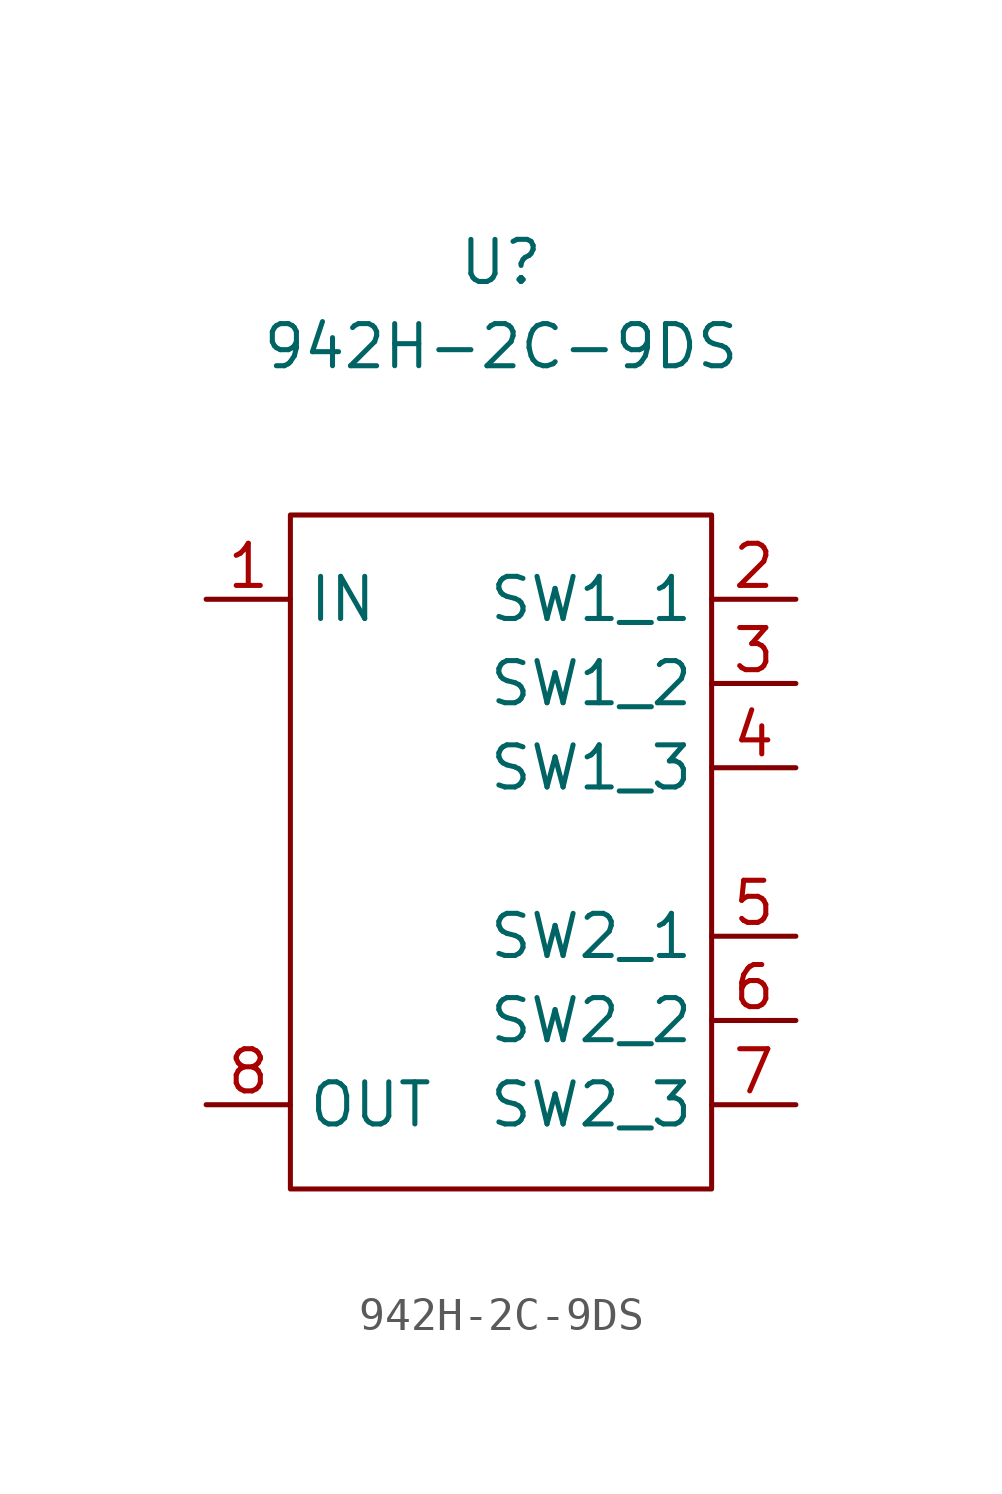
<source format=kicad_sym>
(kicad_symbol_lib
  (version 20211014)
  (generator kicad_symbol_editor)
  (symbol "942H-2C-9DS"
    (property "Reference" "U"
      (at 0 17.78 0)
      (effects (font (size 1.27 1.27))))
    (property "Value" "942H-2C-9DS"
      (at 0 15.24 0)
      (effects (font (size 1.27 1.27))))
    (symbol "942H-2C-9DS_0_1"
      (rectangle (start -6.35 10.16) (end 6.35 -10.16) (stroke (width 0.152) (type default) (color 0 0 0 0)) (fill (type none))))
    (symbol "942H-2C-9DS_1_1"
      (pin passive line (at -8.89 7.62 0) (length 2.54) (name "IN" (effects (font (size 1.27 1.27)))) (number "1" (effects (font (size 1.27 1.27)))))
      (pin passive line (at 8.89 7.62 180) (length 2.54) (name "SW1_1" (effects (font (size 1.27 1.27)))) (number "2" (effects (font (size 1.27 1.27)))))
      (pin passive line (at 8.89 5.08 180) (length 2.54) (name "SW1_2" (effects (font (size 1.27 1.27)))) (number "3" (effects (font (size 1.27 1.27)))))
      (pin passive line (at 8.89 2.54 180) (length 2.54) (name "SW1_3" (effects (font (size 1.27 1.27)))) (number "4" (effects (font (size 1.27 1.27)))))
      (pin passive line (at 8.89 -2.54 180) (length 2.54) (name "SW2_1" (effects (font (size 1.27 1.27)))) (number "5" (effects (font (size 1.27 1.27)))))
      (pin passive line (at 8.89 -5.08 180) (length 2.54) (name "SW2_2" (effects (font (size 1.27 1.27)))) (number "6" (effects (font (size 1.27 1.27)))))
      (pin passive line (at 8.89 -7.62 180) (length 2.54) (name "SW2_3" (effects (font (size 1.27 1.27)))) (number "7" (effects (font (size 1.27 1.27)))))
      (pin passive line (at -8.89 -7.62 0) (length 2.54) (name "OUT" (effects (font (size 1.27 1.27)))) (number "8" (effects (font (size 1.27 1.27))))))))
</source>
